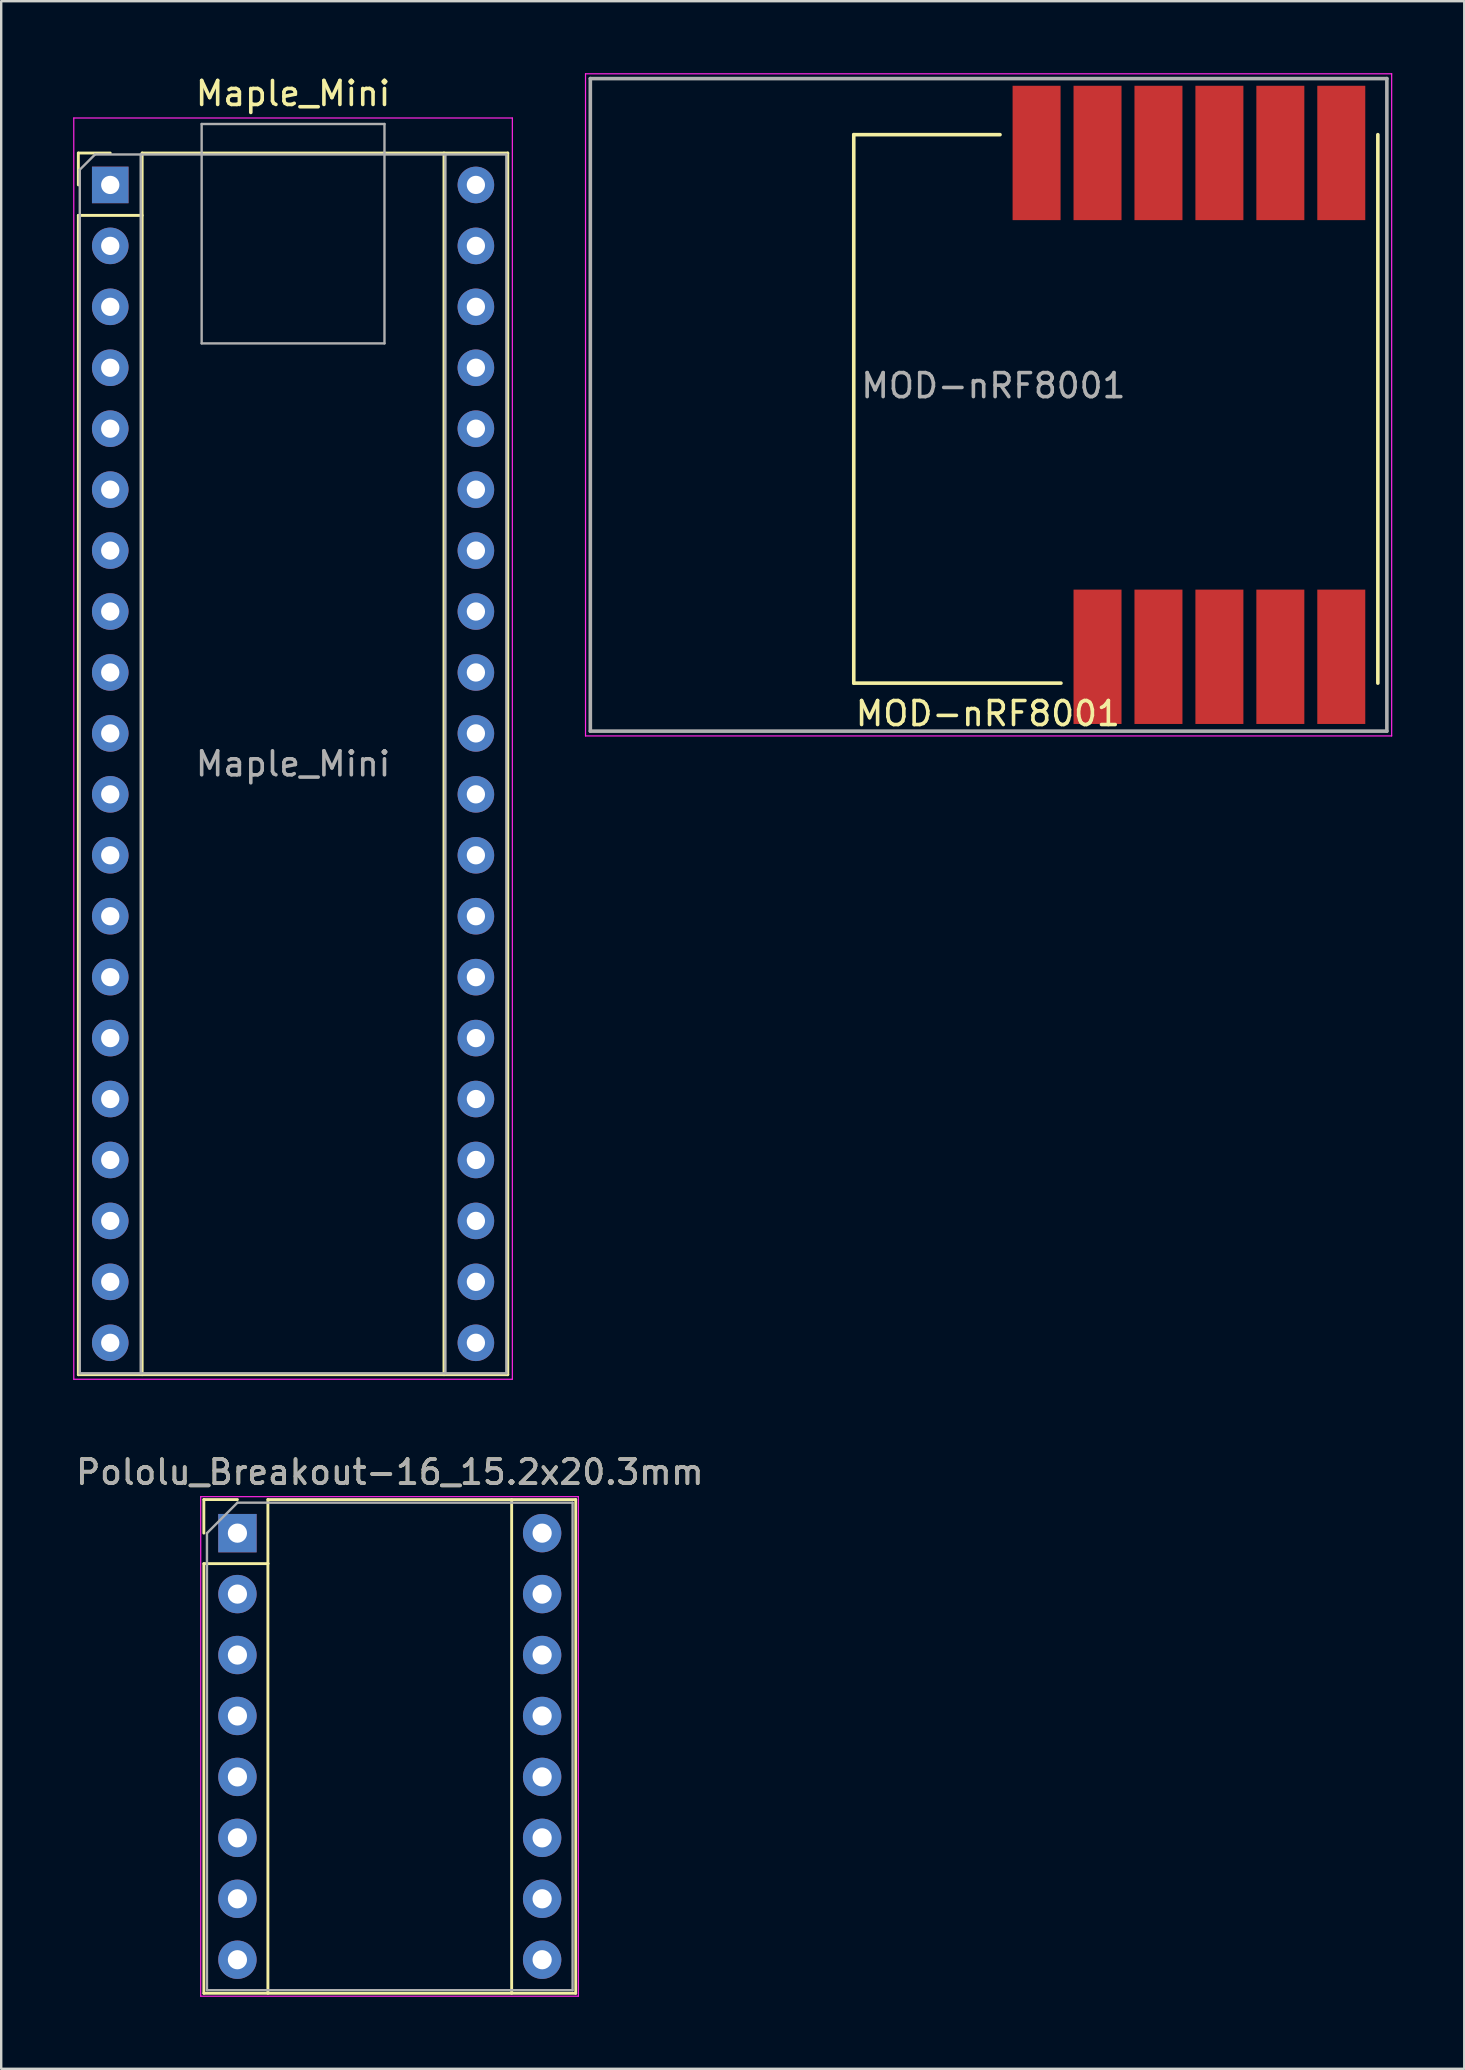
<source format=kicad_pcb>
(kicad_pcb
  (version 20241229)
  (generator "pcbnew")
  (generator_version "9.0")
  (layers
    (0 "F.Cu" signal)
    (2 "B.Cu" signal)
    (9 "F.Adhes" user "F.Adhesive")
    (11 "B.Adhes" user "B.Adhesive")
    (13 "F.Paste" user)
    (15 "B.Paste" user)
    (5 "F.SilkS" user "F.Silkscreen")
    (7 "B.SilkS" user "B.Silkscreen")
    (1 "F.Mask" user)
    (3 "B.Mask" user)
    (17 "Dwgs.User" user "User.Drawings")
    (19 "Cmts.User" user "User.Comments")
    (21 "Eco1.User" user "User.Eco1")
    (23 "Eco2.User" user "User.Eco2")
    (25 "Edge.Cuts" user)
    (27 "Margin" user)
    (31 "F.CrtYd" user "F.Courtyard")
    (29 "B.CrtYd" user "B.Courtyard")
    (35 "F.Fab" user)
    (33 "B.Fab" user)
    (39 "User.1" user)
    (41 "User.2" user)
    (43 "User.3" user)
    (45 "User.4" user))
  (footprint "MOD-nRF8001"
    (layer "F.Cu")
    (at 46.505 13.825)
    (property "Reference" "MOD-nRF8001" (at -8.382 12.868 0) (layer "F.SilkS") (effects (font (size 1 1) (thickness 0.15))))
    (attr smd)
    (fp_line (start -13.97 -11.262) (end -13.97 11.598) (stroke (width 0.15) (type solid)) (layer "F.SilkS"))
    (fp_line (start -13.97 -11.262) (end -7.874 -11.262) (stroke (width 0.15) (type solid)) (layer "F.SilkS"))
    (fp_line (start -13.97 11.598) (end -5.334 11.598) (stroke (width 0.15) (type solid)) (layer "F.SilkS"))
    (fp_line (start 7.874 -11.262) (end 7.874 11.598) (stroke (width 0.15) (type solid)) (layer "F.SilkS"))
    (fp_line (start -25.15 -13.8) (end -25.15 13.8) (stroke (width 0.05) (type solid)) (layer "F.CrtYd"))
    (fp_line (start -25.15 13.8) (end 8.45 13.8) (stroke (width 0.05) (type solid)) (layer "F.CrtYd"))
    (fp_line (start 8.45 -13.8) (end -25.15 -13.8) (stroke (width 0.05) (type solid)) (layer "F.CrtYd"))
    (fp_line (start 8.45 13.8) (end 8.45 -13.8) (stroke (width 0.05) (type solid)) (layer "F.CrtYd"))
    (fp_line (start -24.95 -13.6) (end -24.95 13.6) (stroke (width 0.15) (type solid)) (layer "F.Fab"))
    (fp_line (start -24.95 13.6) (end 8.25 13.6) (stroke (width 0.15) (type solid)) (layer "F.Fab"))
    (fp_line (start 8.25 -13.6) (end -24.95 -13.6) (stroke (width 0.15) (type solid)) (layer "F.Fab"))
    (fp_line (start 8.25 13.6) (end 8.25 -13.6) (stroke (width 0.15) (type solid)) (layer "F.Fab"))
    (fp_text user "${REFERENCE}" (at -8.15 -0.8 0) (layer "F.Fab") (effects (font (size 1 1) (thickness 0.15))))
    (pad "1" smd rect (at -3.81 10.5) (size 2 5.6) (layers "F.Cu" "F.Mask" "F.Paste"))
    (pad "2" smd rect (at -1.27 10.5) (size 2 5.6) (layers "F.Cu" "F.Mask" "F.Paste"))
    (pad "3" smd rect (at 1.27 10.5) (size 2 5.6) (layers "F.Cu" "F.Mask" "F.Paste"))
    (pad "4" smd rect (at 3.81 10.5) (size 2 5.6) (layers "F.Cu" "F.Mask" "F.Paste"))
    (pad "5" smd rect (at 6.35 10.5) (size 2 5.6) (layers "F.Cu" "F.Mask" "F.Paste"))
    (pad "6" smd rect (at 6.35 -10.5) (size 2 5.6) (layers "F.Cu" "F.Mask" "F.Paste"))
    (pad "7" smd rect (at 3.81 -10.5) (size 2 5.6) (layers "F.Cu" "F.Mask" "F.Paste"))
    (pad "8" smd rect (at 1.27 -10.5) (size 2 5.6) (layers "F.Cu" "F.Mask" "F.Paste"))
    (pad "9" smd rect (at -1.27 -10.5) (size 2 5.6) (layers "F.Cu" "F.Mask" "F.Paste"))
    (pad "10" smd rect (at -3.81 -10.5) (size 2 5.6) (layers "F.Cu" "F.Mask" "F.Paste"))
    (pad "11" smd rect (at -6.35 -10.5) (size 2 5.6) (layers "F.Cu" "F.Mask" "F.Paste")))
  (footprint "Maple_Mini"
    (layer "F.Cu")
    (at 1.545 4.658)
    (property "Reference" "Maple_Mini" (at 7.62 -3.81 0) (layer "F.SilkS") (effects (font (size 1 1) (thickness 0.15))))
    (attr through_hole)
    (fp_line (start -1.33 -1.33) (end -1.33 0) (stroke (width 0.12) (type solid)) (layer "F.SilkS"))
    (fp_line (start -1.33 1.27) (end 1.33 1.27) (stroke (width 0.12) (type solid)) (layer "F.SilkS"))
    (fp_line (start -1.33 49.59) (end -1.33 1.27) (stroke (width 0.12) (type solid)) (layer "F.SilkS"))
    (fp_line (start 0 -1.33) (end -1.33 -1.33) (stroke (width 0.12) (type solid)) (layer "F.SilkS"))
    (fp_line (start 1.33 -1.33) (end 1.33 49.59) (stroke (width 0.12) (type solid)) (layer "F.SilkS"))
    (fp_line (start 1.33 -1.33) (end 16.57 -1.33) (stroke (width 0.12) (type solid)) (layer "F.SilkS"))
    (fp_line (start 13.91 49.59) (end 13.91 -1.33) (stroke (width 0.12) (type solid)) (layer "F.SilkS"))
    (fp_line (start 16.57 -1.33) (end 16.57 49.59) (stroke (width 0.12) (type solid)) (layer "F.SilkS"))
    (fp_line (start 16.57 49.59) (end -1.33 49.59) (stroke (width 0.12) (type solid)) (layer "F.SilkS"))
    (fp_line (start -1.52 -2.79) (end 16.76 -2.79) (stroke (width 0.05) (type solid)) (layer "F.CrtYd"))
    (fp_line (start -1.52 49.78) (end -1.52 -2.79) (stroke (width 0.05) (type solid)) (layer "F.CrtYd"))
    (fp_line (start 16.76 -2.79) (end 16.76 49.78) (stroke (width 0.05) (type solid)) (layer "F.CrtYd"))
    (fp_line (start 16.76 49.78) (end -1.52 49.78) (stroke (width 0.05) (type solid)) (layer "F.CrtYd"))
    (fp_line (start -1.27 -0.635) (end -0.635 -1.27) (stroke (width 0.1) (type solid)) (layer "F.Fab"))
    (fp_line (start -1.27 49.53) (end -1.27 -0.635) (stroke (width 0.1) (type solid)) (layer "F.Fab"))
    (fp_line (start -0.635 -1.27) (end 16.51 -1.27) (stroke (width 0.1) (type solid)) (layer "F.Fab"))
    (fp_line (start 1.27 -1.27) (end 1.27 49.53) (stroke (width 0.1) (type solid)) (layer "F.Fab"))
    (fp_line (start 3.81 -2.54) (end 11.43 -2.54) (stroke (width 0.1) (type solid)) (layer "F.Fab"))
    (fp_line (start 3.81 6.604) (end 3.81 -2.54) (stroke (width 0.1) (type solid)) (layer "F.Fab"))
    (fp_line (start 3.81 6.604) (end 11.43 6.604) (stroke (width 0.1) (type solid)) (layer "F.Fab"))
    (fp_line (start 11.43 -2.54) (end 11.43 6.604) (stroke (width 0.1) (type solid)) (layer "F.Fab"))
    (fp_line (start 13.97 -1.27) (end 13.97 49.53) (stroke (width 0.1) (type solid)) (layer "F.Fab"))
    (fp_line (start 16.51 -1.27) (end 16.51 49.53) (stroke (width 0.1) (type solid)) (layer "F.Fab"))
    (fp_line (start 16.51 49.53) (end -1.27 49.53) (stroke (width 0.1) (type solid)) (layer "F.Fab"))
    (fp_text user "${REFERENCE}" (at 7.62 24.13 180) (layer "F.Fab") (effects (font (size 1 1) (thickness 0.15))))
    (pad "1" thru_hole rect (at 0 0) (size 1.524 1.524) (drill 0.762) (layers "*.Cu" "*.Mask"))
    (pad "2" thru_hole circle (at 0 2.54) (size 1.524 1.524) (drill 0.762) (layers "*.Cu" "*.Mask"))
    (pad "3" thru_hole circle (at 0 5.08) (size 1.524 1.524) (drill 0.762) (layers "*.Cu" "*.Mask"))
    (pad "4" thru_hole circle (at 0 7.62) (size 1.524 1.524) (drill 0.762) (layers "*.Cu" "*.Mask"))
    (pad "5" thru_hole circle (at 0 10.16) (size 1.524 1.524) (drill 0.762) (layers "*.Cu" "*.Mask"))
    (pad "6" thru_hole circle (at 0 12.7) (size 1.524 1.524) (drill 0.762) (layers "*.Cu" "*.Mask"))
    (pad "7" thru_hole circle (at 0 15.24) (size 1.524 1.524) (drill 0.762) (layers "*.Cu" "*.Mask"))
    (pad "8" thru_hole circle (at 0 17.78) (size 1.524 1.524) (drill 0.762) (layers "*.Cu" "*.Mask"))
    (pad "9" thru_hole circle (at 0 20.32) (size 1.524 1.524) (drill 0.762) (layers "*.Cu" "*.Mask"))
    (pad "10" thru_hole circle (at 0 22.86) (size 1.524 1.524) (drill 0.762) (layers "*.Cu" "*.Mask"))
    (pad "11" thru_hole circle (at 0 25.4) (size 1.524 1.524) (drill 0.762) (layers "*.Cu" "*.Mask"))
    (pad "12" thru_hole circle (at 0 27.94) (size 1.524 1.524) (drill 0.762) (layers "*.Cu" "*.Mask"))
    (pad "13" thru_hole circle (at 0 30.48) (size 1.524 1.524) (drill 0.762) (layers "*.Cu" "*.Mask"))
    (pad "14" thru_hole circle (at 0 33.02) (size 1.524 1.524) (drill 0.762) (layers "*.Cu" "*.Mask"))
    (pad "15" thru_hole circle (at 0 35.56) (size 1.524 1.524) (drill 0.762) (layers "*.Cu" "*.Mask"))
    (pad "16" thru_hole circle (at 0 38.1) (size 1.524 1.524) (drill 0.762) (layers "*.Cu" "*.Mask"))
    (pad "17" thru_hole circle (at 0 40.64) (size 1.524 1.524) (drill 0.762) (layers "*.Cu" "*.Mask"))
    (pad "18" thru_hole circle (at 0 43.18) (size 1.524 1.524) (drill 0.762) (layers "*.Cu" "*.Mask"))
    (pad "19" thru_hole circle (at 0 45.72) (size 1.524 1.524) (drill 0.762) (layers "*.Cu" "*.Mask"))
    (pad "20" thru_hole circle (at 0 48.26) (size 1.524 1.524) (drill 0.762) (layers "*.Cu" "*.Mask"))
    (pad "21" thru_hole circle (at 15.24 48.26) (size 1.524 1.524) (drill 0.762) (layers "*.Cu" "*.Mask"))
    (pad "22" thru_hole circle (at 15.24 45.72) (size 1.524 1.524) (drill 0.762) (layers "*.Cu" "*.Mask"))
    (pad "23" thru_hole circle (at 15.24 43.18) (size 1.524 1.524) (drill 0.762) (layers "*.Cu" "*.Mask"))
    (pad "24" thru_hole circle (at 15.24 40.64) (size 1.524 1.524) (drill 0.762) (layers "*.Cu" "*.Mask"))
    (pad "25" thru_hole circle (at 15.24 38.1) (size 1.524 1.524) (drill 0.762) (layers "*.Cu" "*.Mask"))
    (pad "26" thru_hole circle (at 15.24 35.56) (size 1.524 1.524) (drill 0.762) (layers "*.Cu" "*.Mask"))
    (pad "27" thru_hole circle (at 15.24 33.02) (size 1.524 1.524) (drill 0.762) (layers "*.Cu" "*.Mask"))
    (pad "28" thru_hole circle (at 15.24 30.48) (size 1.524 1.524) (drill 0.762) (layers "*.Cu" "*.Mask"))
    (pad "29" thru_hole circle (at 15.24 27.94) (size 1.524 1.524) (drill 0.762) (layers "*.Cu" "*.Mask"))
    (pad "30" thru_hole circle (at 15.24 25.4) (size 1.524 1.524) (drill 0.762) (layers "*.Cu" "*.Mask"))
    (pad "31" thru_hole circle (at 15.24 22.86) (size 1.524 1.524) (drill 0.762) (layers "*.Cu" "*.Mask"))
    (pad "32" thru_hole circle (at 15.24 20.32) (size 1.524 1.524) (drill 0.762) (layers "*.Cu" "*.Mask"))
    (pad "33" thru_hole circle (at 15.24 17.78) (size 1.524 1.524) (drill 0.762) (layers "*.Cu" "*.Mask"))
    (pad "34" thru_hole circle (at 15.24 15.24) (size 1.524 1.524) (drill 0.762) (layers "*.Cu" "*.Mask"))
    (pad "35" thru_hole circle (at 15.24 12.7) (size 1.524 1.524) (drill 0.762) (layers "*.Cu" "*.Mask"))
    (pad "36" thru_hole circle (at 15.24 10.16) (size 1.524 1.524) (drill 0.762) (layers "*.Cu" "*.Mask"))
    (pad "37" thru_hole circle (at 15.24 7.62) (size 1.524 1.524) (drill 0.762) (layers "*.Cu" "*.Mask"))
    (pad "38" thru_hole circle (at 15.24 5.08) (size 1.524 1.524) (drill 0.762) (layers "*.Cu" "*.Mask"))
    (pad "39" thru_hole circle (at 15.24 2.54) (size 1.524 1.524) (drill 0.762) (layers "*.Cu" "*.Mask"))
    (pad "40" thru_hole circle (at 15.24 0) (size 1.524 1.524) (drill 0.762) (layers "*.Cu" "*.Mask")))
  (footprint "Pololu_Breakout-16_15.2x20.3mm"
    (layer "F.Cu")
    (at 6.846 60.852)
    (property "Reference" "Pololu_Breakout-16_15.2x20.3mm" (at 6.35 -2.54 0) (layer "F.SilkS") (effects (font (size 1 1) (thickness 0.15))))
    (attr through_hole)
    (fp_line (start -1.4 -1.4) (end -1.4 0) (stroke (width 0.12) (type solid)) (layer "F.SilkS"))
    (fp_line (start -1.4 1.27) (end -1.4 19.18) (stroke (width 0.12) (type solid)) (layer "F.SilkS"))
    (fp_line (start -1.4 19.18) (end 14.1 19.18) (stroke (width 0.12) (type solid)) (layer "F.SilkS"))
    (fp_line (start 0 -1.4) (end -1.4 -1.4) (stroke (width 0.12) (type solid)) (layer "F.SilkS"))
    (fp_line (start 1.27 -1.4) (end 1.27 1.27) (stroke (width 0.12) (type solid)) (layer "F.SilkS"))
    (fp_line (start 1.27 1.27) (end -1.4 1.27) (stroke (width 0.12) (type solid)) (layer "F.SilkS"))
    (fp_line (start 1.27 1.27) (end 1.27 19.18) (stroke (width 0.12) (type solid)) (layer "F.SilkS"))
    (fp_line (start 11.43 -1.4) (end 11.43 19.18) (stroke (width 0.12) (type solid)) (layer "F.SilkS"))
    (fp_line (start 14.1 -1.4) (end 1.27 -1.4) (stroke (width 0.12) (type solid)) (layer "F.SilkS"))
    (fp_line (start 14.1 19.18) (end 14.1 -1.4) (stroke (width 0.12) (type solid)) (layer "F.SilkS"))
    (fp_line (start -1.53 -1.52) (end -1.53 19.3) (stroke (width 0.05) (type solid)) (layer "F.CrtYd"))
    (fp_line (start -1.53 -1.52) (end 14.21 -1.52) (stroke (width 0.05) (type solid)) (layer "F.CrtYd"))
    (fp_line (start 14.21 19.3) (end -1.53 19.3) (stroke (width 0.05) (type solid)) (layer "F.CrtYd"))
    (fp_line (start 14.21 19.3) (end 14.21 -1.52) (stroke (width 0.05) (type solid)) (layer "F.CrtYd"))
    (fp_line (start -1.27 0) (end 0 -1.27) (stroke (width 0.1) (type solid)) (layer "F.Fab"))
    (fp_line (start -1.27 19.05) (end -1.27 0) (stroke (width 0.1) (type solid)) (layer "F.Fab"))
    (fp_line (start 0 -1.27) (end 13.97 -1.27) (stroke (width 0.1) (type solid)) (layer "F.Fab"))
    (fp_line (start 13.97 -1.27) (end 13.97 19.05) (stroke (width 0.1) (type solid)) (layer "F.Fab"))
    (fp_line (start 13.97 19.05) (end -1.27 19.05) (stroke (width 0.1) (type solid)) (layer "F.Fab"))
    (fp_text user "${REFERENCE}" (at 6.35 -2.54 0) (layer "F.Fab") (effects (font (size 1 1) (thickness 0.15))))
    (pad "1" thru_hole rect (at 0 0) (size 1.6 1.6) (drill 0.8) (layers "*.Cu" "*.Mask"))
    (pad "2" thru_hole oval (at 0 2.54) (size 1.6 1.6) (drill 0.8) (layers "*.Cu" "*.Mask"))
    (pad "3" thru_hole oval (at 0 5.08) (size 1.6 1.6) (drill 0.8) (layers "*.Cu" "*.Mask"))
    (pad "4" thru_hole oval (at 0 7.62) (size 1.6 1.6) (drill 0.8) (layers "*.Cu" "*.Mask"))
    (pad "5" thru_hole oval (at 0 10.16) (size 1.6 1.6) (drill 0.8) (layers "*.Cu" "*.Mask"))
    (pad "6" thru_hole oval (at 0 12.7) (size 1.6 1.6) (drill 0.8) (layers "*.Cu" "*.Mask"))
    (pad "7" thru_hole oval (at 0 15.24) (size 1.6 1.6) (drill 0.8) (layers "*.Cu" "*.Mask"))
    (pad "8" thru_hole oval (at 0 17.78) (size 1.6 1.6) (drill 0.8) (layers "*.Cu" "*.Mask"))
    (pad "9" thru_hole oval (at 12.7 17.78) (size 1.6 1.6) (drill 0.8) (layers "*.Cu" "*.Mask"))
    (pad "10" thru_hole oval (at 12.7 15.24) (size 1.6 1.6) (drill 0.8) (layers "*.Cu" "*.Mask"))
    (pad "11" thru_hole oval (at 12.7 12.7) (size 1.6 1.6) (drill 0.8) (layers "*.Cu" "*.Mask"))
    (pad "12" thru_hole oval (at 12.7 10.16) (size 1.6 1.6) (drill 0.8) (layers "*.Cu" "*.Mask"))
    (pad "13" thru_hole oval (at 12.7 7.62) (size 1.6 1.6) (drill 0.8) (layers "*.Cu" "*.Mask"))
    (pad "14" thru_hole oval (at 12.7 5.08) (size 1.6 1.6) (drill 0.8) (layers "*.Cu" "*.Mask"))
    (pad "15" thru_hole oval (at 12.7 2.54) (size 1.6 1.6) (drill 0.8) (layers "*.Cu" "*.Mask"))
    (pad "16" thru_hole oval (at 12.7 0) (size 1.6 1.6) (drill 0.8) (layers "*.Cu" "*.Mask")))
  (gr_rect
    (start -3 -3)
    (end 57.98 83.177)
    (stroke (width 0.1) (type default))
    (fill no)
    (layer "Edge.Cuts")))
</source>
